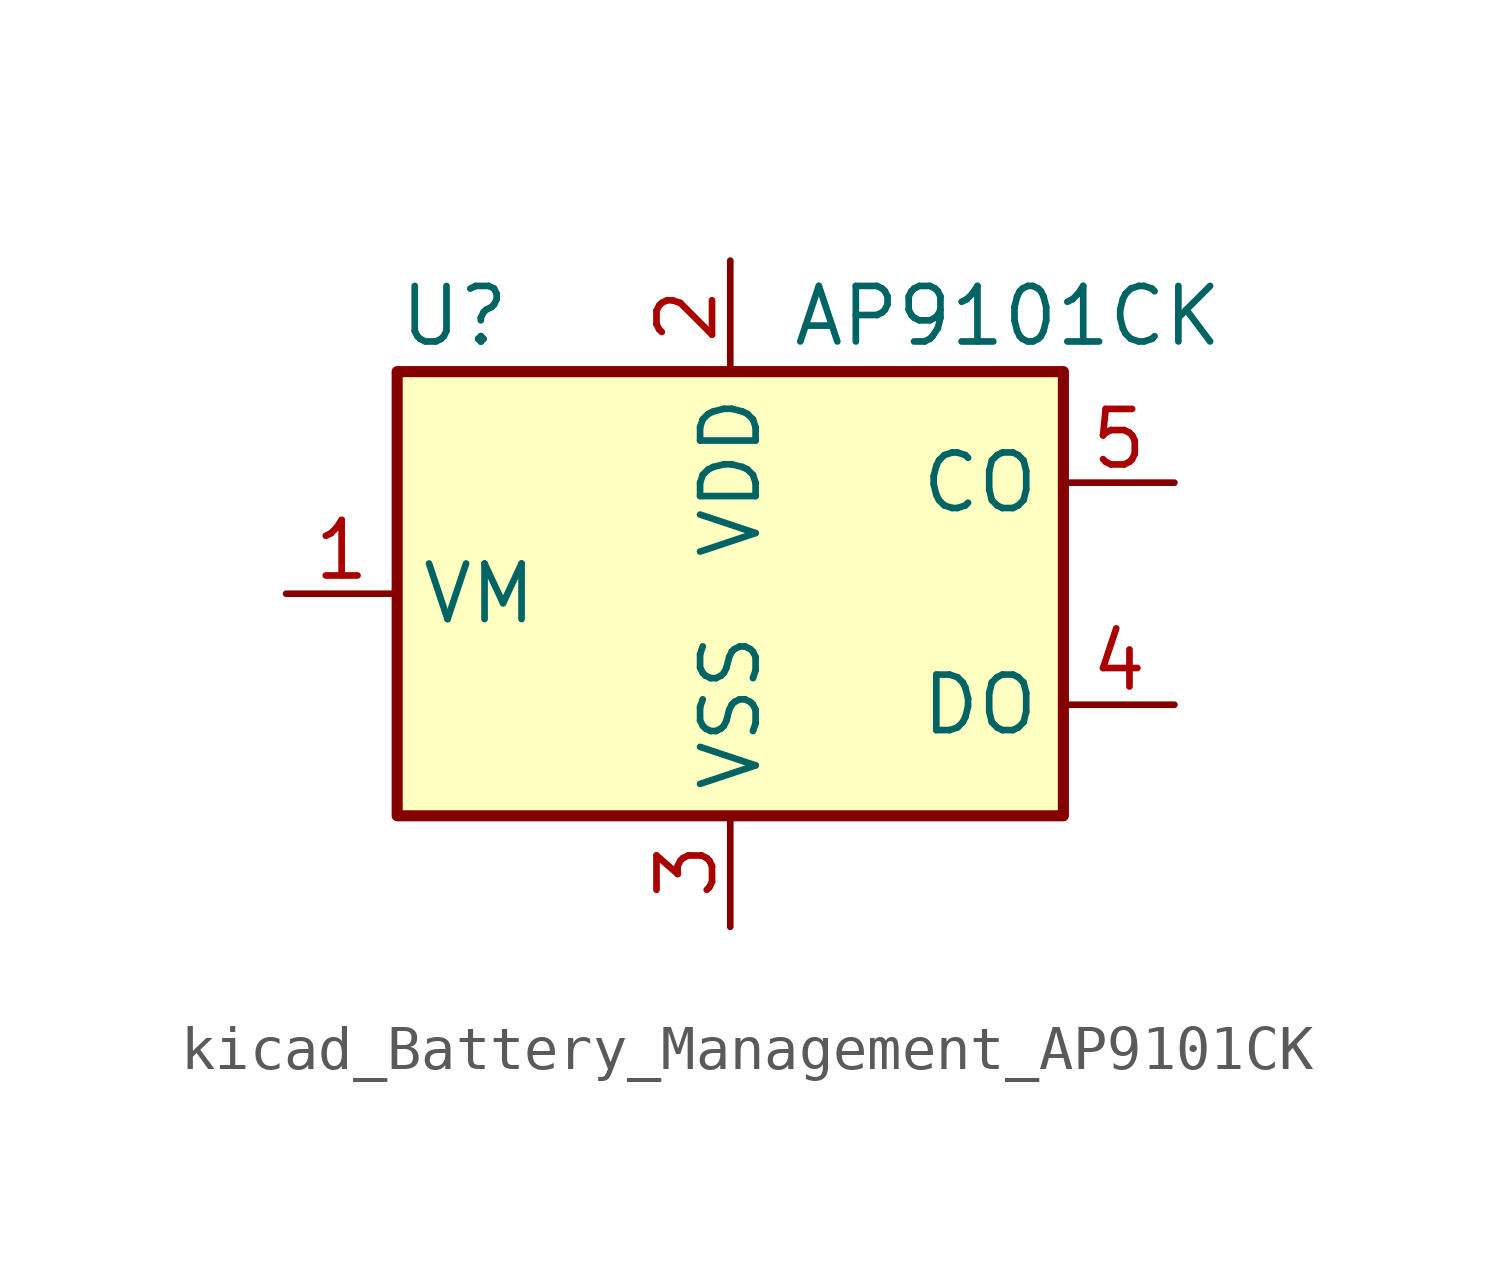
<source format=kicad_sym>
(kicad_symbol_lib
  (version 20220914)
  (generator kicad_symbol_editor)
  (symbol "kicad_Battery_Management_AP9101CK"
    (property "Reference" "U"
      (at -7.62 6.35 0)
      (effects (font (size 1.27 1.27)) (justify left)))
    (property "Value" "AP9101CK"
      (at 6.35 6.35 0)
      (effects (font (size 1.27 1.27))))
    (symbol "kicad_Battery_Management_AP9101CK_0_1"
      (rectangle (start -7.62 5.08) (end 7.62 -5.08) (stroke (width 0.254) (type default)) (fill (type background))))
    (symbol "kicad_Battery_Management_AP9101CK_1_1"
      (pin passive line (at -10.16 0 0) (length 2.54) (name "VM" (effects (font (size 1.27 1.27)))) (number "1" (effects (font (size 1.27 1.27)))))
      (pin power_in line (at 0 7.62 270) (length 2.54) (name "VDD" (effects (font (size 1.27 1.27)))) (number "2" (effects (font (size 1.27 1.27)))))
      (pin power_in line (at 0 -7.62 90) (length 2.54) (name "VSS" (effects (font (size 1.27 1.27)))) (number "3" (effects (font (size 1.27 1.27)))))
      (pin output line (at 10.16 -2.54 180) (length 2.54) (name "DO" (effects (font (size 1.27 1.27)))) (number "4" (effects (font (size 1.27 1.27)))))
      (pin output line (at 10.16 2.54 180) (length 2.54) (name "CO" (effects (font (size 1.27 1.27)))) (number "5" (effects (font (size 1.27 1.27))))))))
</source>
